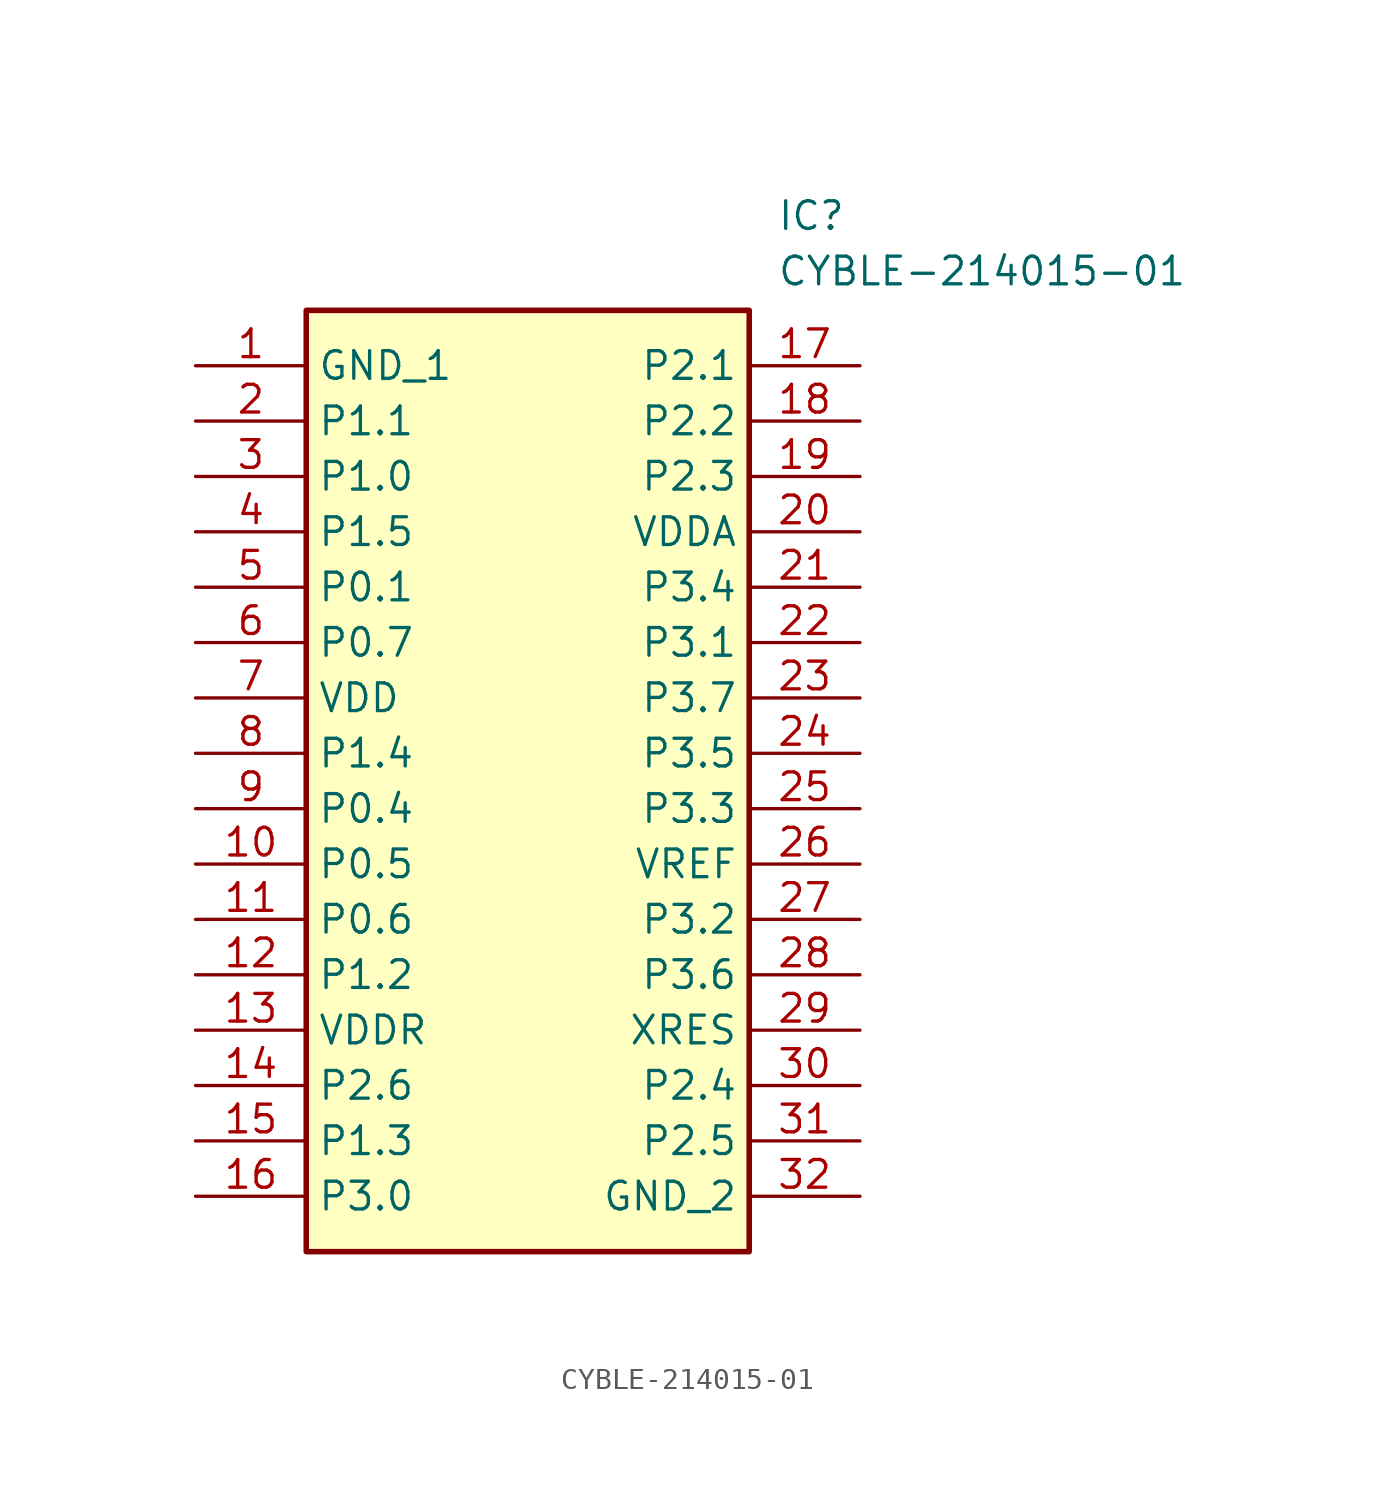
<source format=kicad_sym>
(kicad_symbol_lib
  (version 20211014)
  (generator SamacSys_ECAD_Model)
  (symbol "CYBLE-214015-01"
    (property "Reference" "IC"
      (at 26.67 7.62 0)
      (effects (font (size 1.27 1.27)) (justify left top)))
    (property "Value" "CYBLE-214015-01"
      (at 26.67 5.08 0)
      (effects (font (size 1.27 1.27)) (justify left top)))
    (rectangle
      (start 5.08 2.54)
      (end 25.4 -40.64)
      (stroke (width 0.254) (type default))
      (fill (type background)))
    (pin passive line
      (at 0 0 0)
      (length 5.08)
      (name "GND_1" (effects (font (size 1.27 1.27))))
      (number "1" (effects (font (size 1.27 1.27)))))
    (pin passive line
      (at 0 -2.54 0)
      (length 5.08)
      (name "P1.1" (effects (font (size 1.27 1.27))))
      (number "2" (effects (font (size 1.27 1.27)))))
    (pin passive line
      (at 0 -5.08 0)
      (length 5.08)
      (name "P1.0" (effects (font (size 1.27 1.27))))
      (number "3" (effects (font (size 1.27 1.27)))))
    (pin passive line
      (at 0 -7.62 0)
      (length 5.08)
      (name "P1.5" (effects (font (size 1.27 1.27))))
      (number "4" (effects (font (size 1.27 1.27)))))
    (pin passive line
      (at 0 -10.16 0)
      (length 5.08)
      (name "P0.1" (effects (font (size 1.27 1.27))))
      (number "5" (effects (font (size 1.27 1.27)))))
    (pin passive line
      (at 0 -12.7 0)
      (length 5.08)
      (name "P0.7" (effects (font (size 1.27 1.27))))
      (number "6" (effects (font (size 1.27 1.27)))))
    (pin passive line
      (at 0 -15.24 0)
      (length 5.08)
      (name "VDD" (effects (font (size 1.27 1.27))))
      (number "7" (effects (font (size 1.27 1.27)))))
    (pin passive line
      (at 0 -17.78 0)
      (length 5.08)
      (name "P1.4" (effects (font (size 1.27 1.27))))
      (number "8" (effects (font (size 1.27 1.27)))))
    (pin passive line
      (at 0 -20.32 0)
      (length 5.08)
      (name "P0.4" (effects (font (size 1.27 1.27))))
      (number "9" (effects (font (size 1.27 1.27)))))
    (pin passive line
      (at 0 -22.86 0)
      (length 5.08)
      (name "P0.5" (effects (font (size 1.27 1.27))))
      (number "10" (effects (font (size 1.27 1.27)))))
    (pin passive line
      (at 0 -25.4 0)
      (length 5.08)
      (name "P0.6" (effects (font (size 1.27 1.27))))
      (number "11" (effects (font (size 1.27 1.27)))))
    (pin passive line
      (at 0 -27.94 0)
      (length 5.08)
      (name "P1.2" (effects (font (size 1.27 1.27))))
      (number "12" (effects (font (size 1.27 1.27)))))
    (pin passive line
      (at 0 -30.48 0)
      (length 5.08)
      (name "VDDR" (effects (font (size 1.27 1.27))))
      (number "13" (effects (font (size 1.27 1.27)))))
    (pin passive line
      (at 0 -33.02 0)
      (length 5.08)
      (name "P2.6" (effects (font (size 1.27 1.27))))
      (number "14" (effects (font (size 1.27 1.27)))))
    (pin passive line
      (at 0 -35.56 0)
      (length 5.08)
      (name "P1.3" (effects (font (size 1.27 1.27))))
      (number "15" (effects (font (size 1.27 1.27)))))
    (pin passive line
      (at 0 -38.1 0)
      (length 5.08)
      (name "P3.0" (effects (font (size 1.27 1.27))))
      (number "16" (effects (font (size 1.27 1.27)))))
    (pin passive line
      (at 30.48 0 180)
      (length 5.08)
      (name "P2.1" (effects (font (size 1.27 1.27))))
      (number "17" (effects (font (size 1.27 1.27)))))
    (pin passive line
      (at 30.48 -2.54 180)
      (length 5.08)
      (name "P2.2" (effects (font (size 1.27 1.27))))
      (number "18" (effects (font (size 1.27 1.27)))))
    (pin passive line
      (at 30.48 -5.08 180)
      (length 5.08)
      (name "P2.3" (effects (font (size 1.27 1.27))))
      (number "19" (effects (font (size 1.27 1.27)))))
    (pin passive line
      (at 30.48 -7.62 180)
      (length 5.08)
      (name "VDDA" (effects (font (size 1.27 1.27))))
      (number "20" (effects (font (size 1.27 1.27)))))
    (pin passive line
      (at 30.48 -10.16 180)
      (length 5.08)
      (name "P3.4" (effects (font (size 1.27 1.27))))
      (number "21" (effects (font (size 1.27 1.27)))))
    (pin passive line
      (at 30.48 -12.7 180)
      (length 5.08)
      (name "P3.1" (effects (font (size 1.27 1.27))))
      (number "22" (effects (font (size 1.27 1.27)))))
    (pin passive line
      (at 30.48 -15.24 180)
      (length 5.08)
      (name "P3.7" (effects (font (size 1.27 1.27))))
      (number "23" (effects (font (size 1.27 1.27)))))
    (pin passive line
      (at 30.48 -17.78 180)
      (length 5.08)
      (name "P3.5" (effects (font (size 1.27 1.27))))
      (number "24" (effects (font (size 1.27 1.27)))))
    (pin passive line
      (at 30.48 -20.32 180)
      (length 5.08)
      (name "P3.3" (effects (font (size 1.27 1.27))))
      (number "25" (effects (font (size 1.27 1.27)))))
    (pin passive line
      (at 30.48 -22.86 180)
      (length 5.08)
      (name "VREF" (effects (font (size 1.27 1.27))))
      (number "26" (effects (font (size 1.27 1.27)))))
    (pin passive line
      (at 30.48 -25.4 180)
      (length 5.08)
      (name "P3.2" (effects (font (size 1.27 1.27))))
      (number "27" (effects (font (size 1.27 1.27)))))
    (pin passive line
      (at 30.48 -27.94 180)
      (length 5.08)
      (name "P3.6" (effects (font (size 1.27 1.27))))
      (number "28" (effects (font (size 1.27 1.27)))))
    (pin passive line
      (at 30.48 -30.48 180)
      (length 5.08)
      (name "XRES" (effects (font (size 1.27 1.27))))
      (number "29" (effects (font (size 1.27 1.27)))))
    (pin passive line
      (at 30.48 -33.02 180)
      (length 5.08)
      (name "P2.4" (effects (font (size 1.27 1.27))))
      (number "30" (effects (font (size 1.27 1.27)))))
    (pin passive line
      (at 30.48 -35.56 180)
      (length 5.08)
      (name "P2.5" (effects (font (size 1.27 1.27))))
      (number "31" (effects (font (size 1.27 1.27)))))
    (pin passive line
      (at 30.48 -38.1 180)
      (length 5.08)
      (name "GND_2" (effects (font (size 1.27 1.27))))
      (number "32" (effects (font (size 1.27 1.27)))))))
</source>
